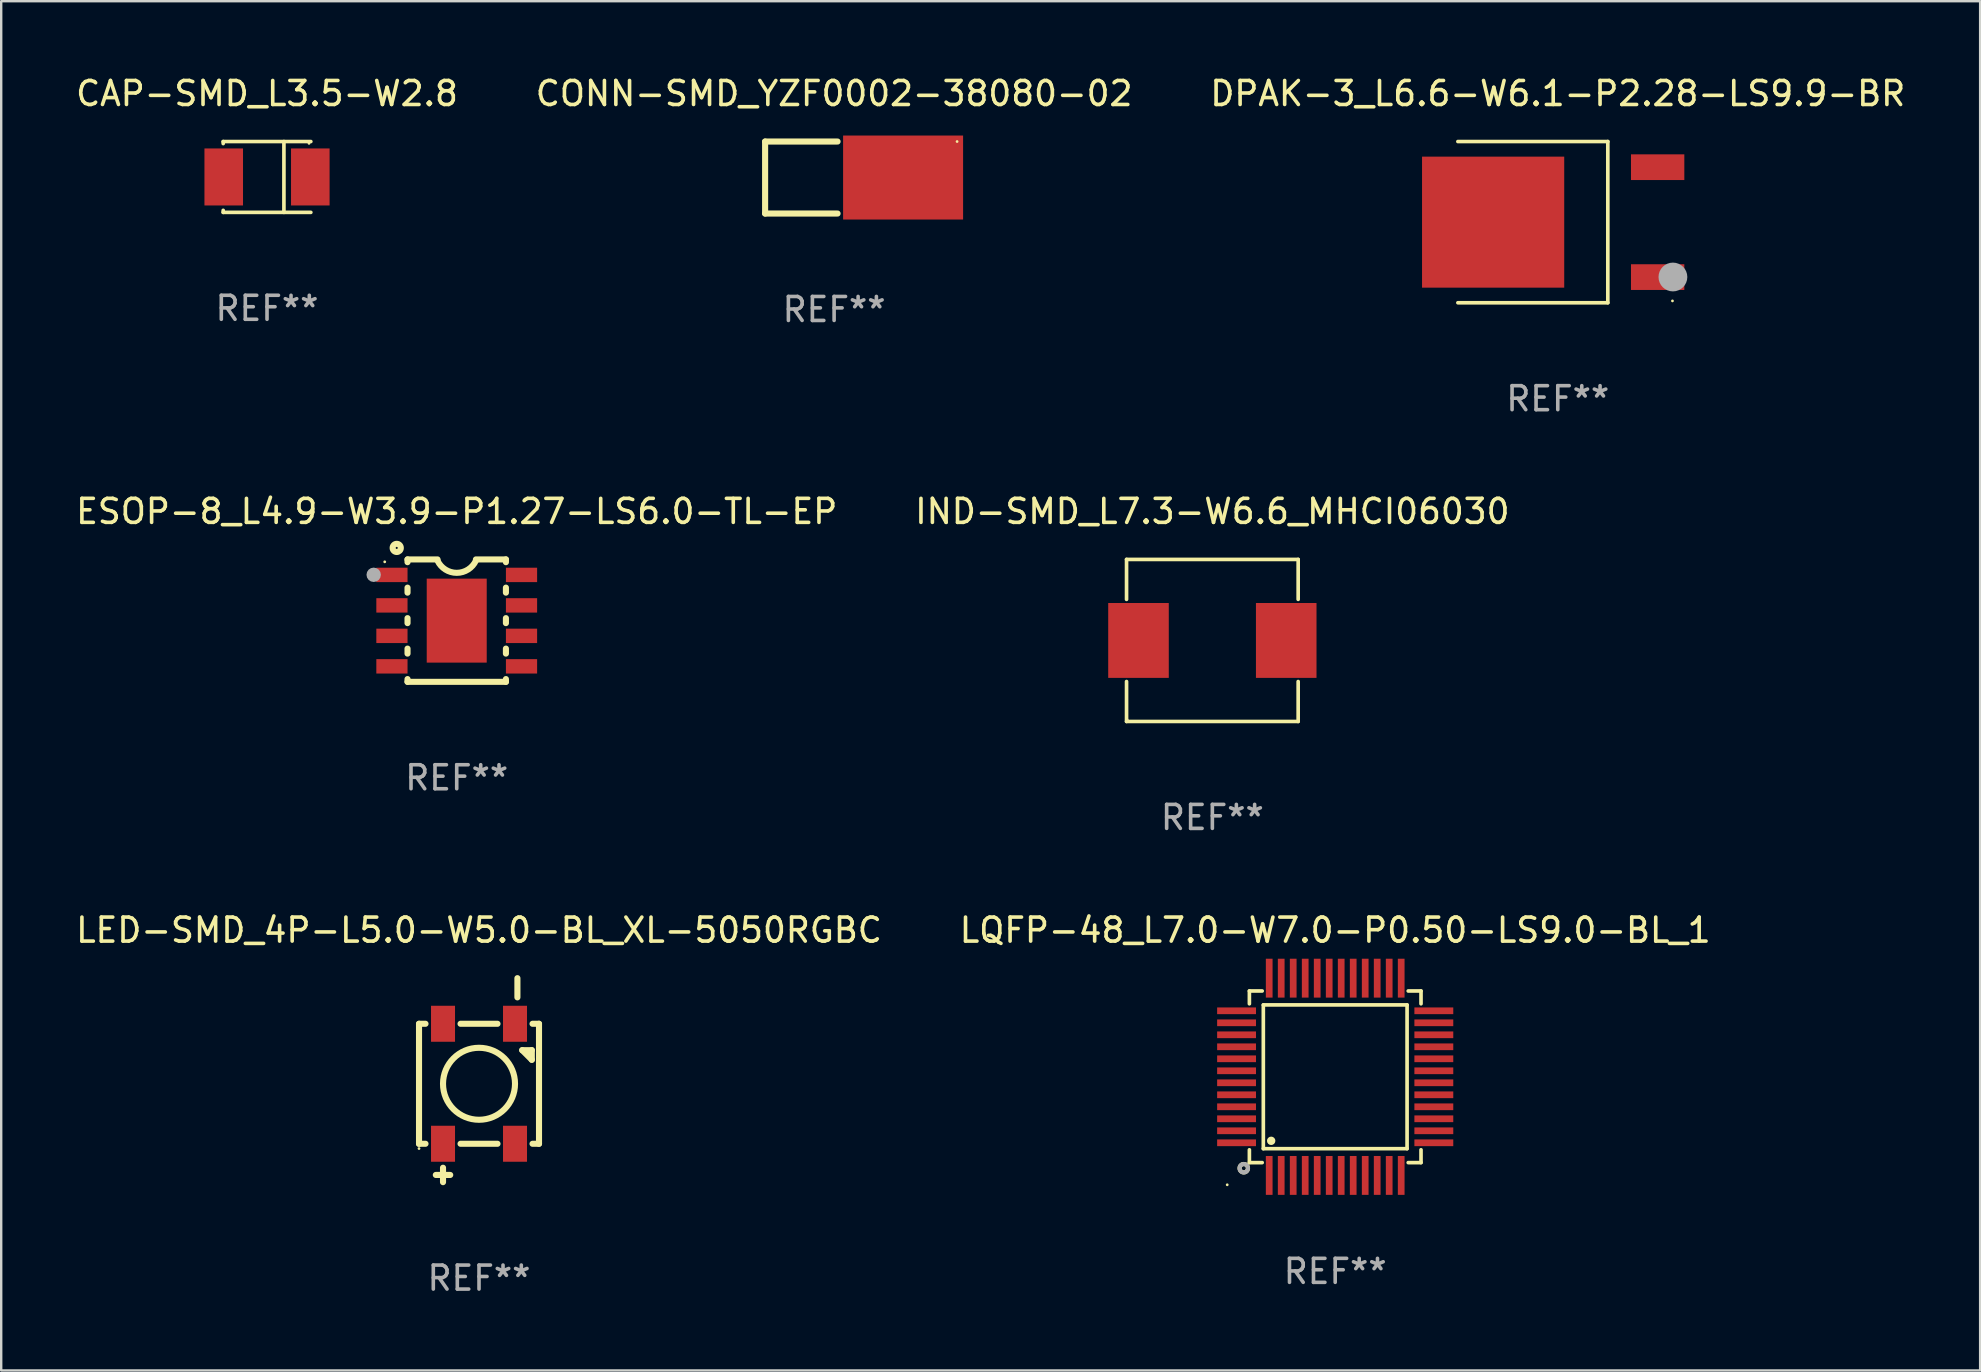
<source format=kicad_pcb>
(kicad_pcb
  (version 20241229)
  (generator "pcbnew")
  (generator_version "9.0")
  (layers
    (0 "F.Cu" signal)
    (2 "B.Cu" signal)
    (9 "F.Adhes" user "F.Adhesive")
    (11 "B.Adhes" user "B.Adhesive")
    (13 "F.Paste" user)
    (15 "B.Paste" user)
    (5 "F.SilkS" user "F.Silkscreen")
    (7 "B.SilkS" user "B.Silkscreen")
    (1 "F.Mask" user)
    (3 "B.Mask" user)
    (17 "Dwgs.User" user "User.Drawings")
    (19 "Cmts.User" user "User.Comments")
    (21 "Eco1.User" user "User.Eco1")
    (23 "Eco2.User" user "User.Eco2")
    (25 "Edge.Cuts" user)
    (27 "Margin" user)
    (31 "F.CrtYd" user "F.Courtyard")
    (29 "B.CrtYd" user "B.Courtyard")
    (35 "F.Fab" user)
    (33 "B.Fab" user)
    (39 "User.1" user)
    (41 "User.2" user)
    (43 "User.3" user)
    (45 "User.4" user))
  (footprint "ESOP-8_L4.9-W3.9-P1.27-LS6.0-TL-EP"
    (layer "F.Cu")
    (at 15.982 22.812)
    (property "Reference" "ESOP-8_L4.9-W3.9-P1.27-LS6.0-TL-EP" (at 0 -4.55 0) (layer "F.SilkS") (effects (font (size 1 1) (thickness 0.15))))
    (attr smd)
    (fp_line (start -2.05 -2.55) (end -2.05 -2.436) (stroke (width 0.254) (type solid)) (layer "F.SilkS"))
    (fp_line (start -2.05 -1.374) (end -2.05 -1.166) (stroke (width 0.254) (type solid)) (layer "F.SilkS"))
    (fp_line (start -2.05 -0.104) (end -2.05 0.104) (stroke (width 0.254) (type solid)) (layer "F.SilkS"))
    (fp_line (start -2.05 1.166) (end -2.05 1.374) (stroke (width 0.254) (type solid)) (layer "F.SilkS"))
    (fp_line (start -2.05 2.436) (end -2.05 2.55) (stroke (width 0.254) (type solid)) (layer "F.SilkS"))
    (fp_line (start -0.8 -2.55) (end -2.05 -2.55) (stroke (width 0.254) (type solid)) (layer "F.SilkS"))
    (fp_line (start 0.8 -2.55) (end 2.05 -2.55) (stroke (width 0.254) (type solid)) (layer "F.SilkS"))
    (fp_line (start 2.05 -2.55) (end 2.05 -2.436) (stroke (width 0.254) (type solid)) (layer "F.SilkS"))
    (fp_line (start 2.05 -1.374) (end 2.05 -1.166) (stroke (width 0.254) (type solid)) (layer "F.SilkS"))
    (fp_line (start 2.05 -0.104) (end 2.05 0.104) (stroke (width 0.254) (type solid)) (layer "F.SilkS"))
    (fp_line (start 2.05 1.166) (end 2.05 1.374) (stroke (width 0.254) (type solid)) (layer "F.SilkS"))
    (fp_line (start 2.05 2.436) (end 2.05 2.55) (stroke (width 0.254) (type solid)) (layer "F.SilkS"))
    (fp_line (start 2.05 2.55) (end -2.05 2.55) (stroke (width 0.254) (type solid)) (layer "F.SilkS"))
    (fp_arc (start 0.800102 -2.5) (mid 0 -1.991544) (end -0.800102 -2.5) (stroke (width 0.254001) (type solid)) (layer "F.SilkS"))
    (fp_circle (center -3 -2.45) (end -2.97 -2.45) (stroke (width 0.06) (type solid)) (fill no) (layer "F.SilkS"))
    (fp_circle (center -2.5 -3.03) (end -2.33 -3.03) (stroke (width 0.254) (type solid)) (fill no) (layer "F.SilkS"))
    (fp_circle (center -3.46 -1.91) (end -3.31 -1.91) (stroke (width 0.3) (type solid)) (fill no) (layer "F.Fab"))
    (fp_text user "REF**" (at 0 6.55 0) (layer "F.Fab") (effects (font (size 1 1) (thickness 0.15))))
    (pad "1" smd rect (at -2.7 -1.905) (size 1.3 0.6) (layers "F.Cu" "F.Mask" "F.Paste"))
    (pad "2" smd rect (at -2.7 -0.635) (size 1.3 0.6) (layers "F.Cu" "F.Mask" "F.Paste"))
    (pad "3" smd rect (at -2.7 0.635) (size 1.3 0.6) (layers "F.Cu" "F.Mask" "F.Paste"))
    (pad "4" smd rect (at -2.7 1.905) (size 1.3 0.6) (layers "F.Cu" "F.Mask" "F.Paste"))
    (pad "5" smd rect (at 2.7 1.905) (size 1.3 0.6) (layers "F.Cu" "F.Mask" "F.Paste"))
    (pad "6" smd rect (at 2.7 0.635) (size 1.3 0.6) (layers "F.Cu" "F.Mask" "F.Paste"))
    (pad "7" smd rect (at 2.7 -0.635) (size 1.3 0.6) (layers "F.Cu" "F.Mask" "F.Paste"))
    (pad "8" smd rect (at 2.7 -1.905) (size 1.3 0.6) (layers "F.Cu" "F.Mask" "F.Paste"))
    (pad "9" smd rect (at 0.000127 0) (size 2.5 3.5) (layers "F.Cu" "F.Mask" "F.Paste")))
  (footprint "CAP-SMD_L3.5-W2.8"
    (layer "F.Cu")
    (at 8.077 4.324)
    (property "Reference" "CAP-SMD_L3.5-W2.8" (at 0 -3.476 0) (layer "F.SilkS") (effects (font (size 1 1) (thickness 0.15))))
    (attr smd)
    (fp_line (start -1.826 -1.476) (end -1.826 -1.391) (stroke (width 0.152) (type solid)) (layer "F.SilkS"))
    (fp_line (start -1.826 -1.476) (end 1.826 -1.476) (stroke (width 0.152) (type solid)) (layer "F.SilkS"))
    (fp_line (start -1.826 1.476) (end -1.826 1.391) (stroke (width 0.152) (type solid)) (layer "F.SilkS"))
    (fp_line (start -1.826 1.476) (end 1.826 1.476) (stroke (width 0.152) (type solid)) (layer "F.SilkS"))
    (fp_line (start 0.704 -1.476) (end 0.704 1.476) (stroke (width 0.152) (type solid)) (layer "F.SilkS"))
    (fp_circle (center 1.75 -1.4) (end 1.78 -1.4) (stroke (width 0.06) (type solid)) (fill no) (layer "F.SilkS"))
    (fp_text user "REF**" (at 0 5.476 0) (layer "F.Fab") (effects (font (size 1 1) (thickness 0.15))))
    (pad "1" smd rect (at 1.804 0) (size 1.607 2.376) (layers "F.Cu" "F.Mask" "F.Paste"))
    (pad "2" smd rect (at -1.804 0) (size 1.607 2.376) (layers "F.Cu" "F.Mask" "F.Paste")))
  (footprint "LQFP-48_L7.0-W7.0-P0.50-LS9.0-BL_1"
    (layer "F.Cu")
    (at 52.589 41.821)
    (property "Reference" "LQFP-48_L7.0-W7.0-P0.50-LS9.0-BL_1" (at 0 -6.11 0) (layer "F.SilkS") (effects (font (size 1 1) (thickness 0.15))))
    (attr smd)
    (fp_line (start -3.576 -3.576) (end -3.576 -3.042) (stroke (width 0.152) (type solid)) (layer "F.SilkS"))
    (fp_line (start -3.576 3.576) (end -3.576 3.042) (stroke (width 0.152) (type solid)) (layer "F.SilkS"))
    (fp_line (start -3.042 -3.576) (end -3.576 -3.576) (stroke (width 0.152) (type solid)) (layer "F.SilkS"))
    (fp_line (start -3.042 3.576) (end -3.576 3.576) (stroke (width 0.152) (type solid)) (layer "F.SilkS"))
    (fp_line (start -2.995 -2.995) (end 2.995 -2.995) (stroke (width 0.152) (type solid)) (layer "F.SilkS"))
    (fp_line (start -2.995 2.995) (end -2.995 -2.995) (stroke (width 0.152) (type solid)) (layer "F.SilkS"))
    (fp_line (start 2.995 -2.995) (end 2.995 2.995) (stroke (width 0.152) (type solid)) (layer "F.SilkS"))
    (fp_line (start 2.995 2.995) (end -2.995 2.995) (stroke (width 0.152) (type solid)) (layer "F.SilkS"))
    (fp_line (start 3.042 -3.576) (end 3.576 -3.576) (stroke (width 0.152) (type solid)) (layer "F.SilkS"))
    (fp_line (start 3.042 3.576) (end 3.576 3.576) (stroke (width 0.152) (type solid)) (layer "F.SilkS"))
    (fp_line (start 3.576 -3.576) (end 3.576 -3.042) (stroke (width 0.152) (type solid)) (layer "F.SilkS"))
    (fp_line (start 3.576 3.576) (end 3.576 3.042) (stroke (width 0.152) (type solid)) (layer "F.SilkS"))
    (fp_circle (center -4.5 4.5) (end -4.47 4.5) (stroke (width 0.06) (type solid)) (fill no) (layer "F.SilkS"))
    (fp_circle (center -3.81 3.81) (end -3.723 3.81) (stroke (width 0.175) (type solid)) (fill no) (layer "F.SilkS"))
    (fp_circle (center -2.668 2.668) (end -2.58 2.668) (stroke (width 0.175) (type solid)) (fill no) (layer "F.SilkS"))
    (fp_circle (center -3.81 3.81) (end -3.723 3.81) (stroke (width 0.175) (type solid)) (fill no) (layer "F.Fab"))
    (fp_text user "REF**" (at 0 8.11 0) (layer "F.Fab") (effects (font (size 1 1) (thickness 0.15))))
    (pad "1" smd rect (at -2.75 4.11) (size 0.28 1.62) (layers "F.Cu" "F.Mask" "F.Paste"))
    (pad "2" smd rect (at -2.25 4.11) (size 0.28 1.62) (layers "F.Cu" "F.Mask" "F.Paste"))
    (pad "3" smd rect (at -1.75 4.11) (size 0.28 1.62) (layers "F.Cu" "F.Mask" "F.Paste"))
    (pad "4" smd rect (at -1.25 4.11) (size 0.28 1.62) (layers "F.Cu" "F.Mask" "F.Paste"))
    (pad "5" smd rect (at -0.75 4.11) (size 0.28 1.62) (layers "F.Cu" "F.Mask" "F.Paste"))
    (pad "6" smd rect (at -0.25 4.11) (size 0.28 1.62) (layers "F.Cu" "F.Mask" "F.Paste"))
    (pad "7" smd rect (at 0.25 4.11) (size 0.28 1.62) (layers "F.Cu" "F.Mask" "F.Paste"))
    (pad "8" smd rect (at 0.75 4.11) (size 0.28 1.62) (layers "F.Cu" "F.Mask" "F.Paste"))
    (pad "9" smd rect (at 1.25 4.11) (size 0.28 1.62) (layers "F.Cu" "F.Mask" "F.Paste"))
    (pad "10" smd rect (at 1.75 4.11) (size 0.28 1.62) (layers "F.Cu" "F.Mask" "F.Paste"))
    (pad "11" smd rect (at 2.25 4.11) (size 0.28 1.62) (layers "F.Cu" "F.Mask" "F.Paste"))
    (pad "12" smd rect (at 2.75 4.11) (size 0.28 1.62) (layers "F.Cu" "F.Mask" "F.Paste"))
    (pad "13" smd rect (at 4.11 2.75) (size 1.62 0.28) (layers "F.Cu" "F.Mask" "F.Paste"))
    (pad "14" smd rect (at 4.11 2.25) (size 1.62 0.28) (layers "F.Cu" "F.Mask" "F.Paste"))
    (pad "15" smd rect (at 4.11 1.75) (size 1.62 0.28) (layers "F.Cu" "F.Mask" "F.Paste"))
    (pad "16" smd rect (at 4.11 1.25) (size 1.62 0.28) (layers "F.Cu" "F.Mask" "F.Paste"))
    (pad "17" smd rect (at 4.11 0.75) (size 1.62 0.28) (layers "F.Cu" "F.Mask" "F.Paste"))
    (pad "18" smd rect (at 4.11 0.25) (size 1.62 0.28) (layers "F.Cu" "F.Mask" "F.Paste"))
    (pad "19" smd rect (at 4.11 -0.25) (size 1.62 0.28) (layers "F.Cu" "F.Mask" "F.Paste"))
    (pad "20" smd rect (at 4.11 -0.75) (size 1.62 0.28) (layers "F.Cu" "F.Mask" "F.Paste"))
    (pad "21" smd rect (at 4.11 -1.25) (size 1.62 0.28) (layers "F.Cu" "F.Mask" "F.Paste"))
    (pad "22" smd rect (at 4.11 -1.75) (size 1.62 0.28) (layers "F.Cu" "F.Mask" "F.Paste"))
    (pad "23" smd rect (at 4.11 -2.25) (size 1.62 0.28) (layers "F.Cu" "F.Mask" "F.Paste"))
    (pad "24" smd rect (at 4.11 -2.75) (size 1.62 0.28) (layers "F.Cu" "F.Mask" "F.Paste"))
    (pad "25" smd rect (at 2.75 -4.11) (size 0.28 1.62) (layers "F.Cu" "F.Mask" "F.Paste"))
    (pad "26" smd rect (at 2.25 -4.11) (size 0.28 1.62) (layers "F.Cu" "F.Mask" "F.Paste"))
    (pad "27" smd rect (at 1.75 -4.11) (size 0.28 1.62) (layers "F.Cu" "F.Mask" "F.Paste"))
    (pad "28" smd rect (at 1.25 -4.11) (size 0.28 1.62) (layers "F.Cu" "F.Mask" "F.Paste"))
    (pad "29" smd rect (at 0.75 -4.11) (size 0.28 1.62) (layers "F.Cu" "F.Mask" "F.Paste"))
    (pad "30" smd rect (at 0.25 -4.11) (size 0.28 1.62) (layers "F.Cu" "F.Mask" "F.Paste"))
    (pad "31" smd rect (at -0.25 -4.11) (size 0.28 1.62) (layers "F.Cu" "F.Mask" "F.Paste"))
    (pad "32" smd rect (at -0.75 -4.11) (size 0.28 1.62) (layers "F.Cu" "F.Mask" "F.Paste"))
    (pad "33" smd rect (at -1.25 -4.11) (size 0.28 1.62) (layers "F.Cu" "F.Mask" "F.Paste"))
    (pad "34" smd rect (at -1.75 -4.11) (size 0.28 1.62) (layers "F.Cu" "F.Mask" "F.Paste"))
    (pad "35" smd rect (at -2.25 -4.11) (size 0.28 1.62) (layers "F.Cu" "F.Mask" "F.Paste"))
    (pad "36" smd rect (at -2.75 -4.11) (size 0.28 1.62) (layers "F.Cu" "F.Mask" "F.Paste"))
    (pad "37" smd rect (at -4.11 -2.75) (size 1.62 0.28) (layers "F.Cu" "F.Mask" "F.Paste"))
    (pad "38" smd rect (at -4.11 -2.25) (size 1.62 0.28) (layers "F.Cu" "F.Mask" "F.Paste"))
    (pad "39" smd rect (at -4.11 -1.75) (size 1.62 0.28) (layers "F.Cu" "F.Mask" "F.Paste"))
    (pad "40" smd rect (at -4.11 -1.25) (size 1.62 0.28) (layers "F.Cu" "F.Mask" "F.Paste"))
    (pad "41" smd rect (at -4.11 -0.75) (size 1.62 0.28) (layers "F.Cu" "F.Mask" "F.Paste"))
    (pad "42" smd rect (at -4.11 -0.25) (size 1.62 0.28) (layers "F.Cu" "F.Mask" "F.Paste"))
    (pad "43" smd rect (at -4.11 0.25) (size 1.62 0.28) (layers "F.Cu" "F.Mask" "F.Paste"))
    (pad "44" smd rect (at -4.11 0.75) (size 1.62 0.28) (layers "F.Cu" "F.Mask" "F.Paste"))
    (pad "45" smd rect (at -4.11 1.25) (size 1.62 0.28) (layers "F.Cu" "F.Mask" "F.Paste"))
    (pad "46" smd rect (at -4.11 1.75) (size 1.62 0.28) (layers "F.Cu" "F.Mask" "F.Paste"))
    (pad "47" smd rect (at -4.11 2.25) (size 1.62 0.28) (layers "F.Cu" "F.Mask" "F.Paste"))
    (pad "48" smd rect (at -4.11 2.75) (size 1.62 0.28) (layers "F.Cu" "F.Mask" "F.Paste")))
  (footprint "CONN-SMD_YZF0002-38080-02"
    (layer "F.Cu")
    (at 34.583 4.348)
    (property "Reference" "CONN-SMD_YZF0002-38080-02" (at -2.875 -3.5 0) (layer "F.SilkS") (effects (font (size 1 1) (thickness 0.15))))
    (attr smd)
    (fp_line (start -5.75 -1.5) (end -5.75 1.5) (stroke (width 0.254) (type solid)) (layer "F.SilkS"))
    (fp_line (start -5.75 1.5) (end -2.731 1.5) (stroke (width 0.254) (type solid)) (layer "F.SilkS"))
    (fp_line (start -2.731 -1.5) (end -5.75 -1.5) (stroke (width 0.254) (type solid)) (layer "F.SilkS"))
    (fp_circle (center 2.25 -1.5) (end 2.28 -1.5) (stroke (width 0.06) (type solid)) (fill no) (layer "F.SilkS"))
    (fp_text user "REF**" (at -2.875 5.5 0) (layer "F.Fab") (effects (font (size 1 1) (thickness 0.15))))
    (pad "1" smd rect (at 0 0) (size 5 3.5) (layers "F.Cu" "F.Mask" "F.Paste")))
  (footprint "IND-SMD_L7.3-W6.6_MHCI06030"
    (layer "F.Cu")
    (at 47.47 23.638)
    (property "Reference" "IND-SMD_L7.3-W6.6_MHCI06030" (at 0 -5.376 0) (layer "F.SilkS") (effects (font (size 1 1) (thickness 0.15))))
    (attr smd)
    (fp_line (start -3.576 -3.376) (end 3.576 -3.376) (stroke (width 0.152) (type solid)) (layer "F.SilkS"))
    (fp_line (start -3.576 -1.712) (end -3.576 -3.376) (stroke (width 0.152) (type solid)) (layer "F.SilkS"))
    (fp_line (start -3.576 1.712) (end -3.576 3.376) (stroke (width 0.152) (type solid)) (layer "F.SilkS"))
    (fp_line (start -3.576 3.376) (end 3.576 3.376) (stroke (width 0.152) (type solid)) (layer "F.SilkS"))
    (fp_line (start 3.576 -3.376) (end 3.576 -1.712) (stroke (width 0.152) (type solid)) (layer "F.SilkS"))
    (fp_line (start 3.576 3.376) (end 3.576 1.712) (stroke (width 0.152) (type solid)) (layer "F.SilkS"))
    (fp_circle (center -3.552 3.307) (end -3.522 3.307) (stroke (width 0.06) (type solid)) (fill no) (layer "F.SilkS"))
    (fp_text user "REF**" (at 0 7.376 0) (layer "F.Fab") (effects (font (size 1 1) (thickness 0.15))))
    (pad "1" smd rect (at -3.078 0) (size 2.524 3.12) (layers "F.Cu" "F.Mask" "F.Paste"))
    (pad "2" smd rect (at 3.078 0) (size 2.524 3.12) (layers "F.Cu" "F.Mask" "F.Paste")))
  (footprint "LED-SMD_4P-L5.0-W5.0-BL_XL-5050RGBC"
    (layer "F.Cu")
    (at 16.911 42.111)
    (property "Reference" "LED-SMD_4P-L5.0-W5.0-BL_XL-5050RGBC" (at 0.000127 -6.4 0) (layer "F.SilkS") (effects (font (size 1 1) (thickness 0.15))))
    (attr smd)
    (fp_line (start -2.5 -2.499) (end -2.23 -2.499) (stroke (width 0.254) (type solid)) (layer "F.SilkS"))
    (fp_line (start -2.5 2.501) (end -2.5 -2.499) (stroke (width 0.254) (type solid)) (layer "F.SilkS"))
    (fp_line (start -2.5 2.501) (end -2.23 2.501) (stroke (width 0.254) (type solid)) (layer "F.SilkS"))
    (fp_line (start -1.8 3.8) (end -1.2 3.8) (stroke (width 0.254) (type solid)) (layer "F.SilkS"))
    (fp_line (start -1.5 4.1) (end -1.5 3.5) (stroke (width 0.254) (type solid)) (layer "F.SilkS"))
    (fp_line (start -0.77 -2.499) (end 0.77 -2.499) (stroke (width 0.254) (type solid)) (layer "F.SilkS"))
    (fp_line (start -0.77 2.501) (end 0.77 2.501) (stroke (width 0.254) (type solid)) (layer "F.SilkS"))
    (fp_line (start 1.6 -4.4) (end 1.6 -3.6) (stroke (width 0.254) (type solid)) (layer "F.SilkS"))
    (fp_line (start 1.8 -1.399) (end 2.2 -1.399) (stroke (width 0.254) (type solid)) (layer "F.SilkS"))
    (fp_line (start 2.2 -0.999) (end 1.8 -1.399) (stroke (width 0.254) (type solid)) (layer "F.SilkS"))
    (fp_line (start 2.2 -1.399) (end 2.2 -0.999) (stroke (width 0.254) (type solid)) (layer "F.SilkS"))
    (fp_line (start 2.23 -2.499) (end 2.5 -2.499) (stroke (width 0.254) (type solid)) (layer "F.SilkS"))
    (fp_line (start 2.23 2.501) (end 2.5 2.501) (stroke (width 0.254) (type solid)) (layer "F.SilkS"))
    (fp_line (start 2.5 2.501) (end 2.5 -2.499) (stroke (width 0.254) (type solid)) (layer "F.SilkS"))
    (fp_circle (center -2.5 2.7) (end -2.47 2.7) (stroke (width 0.06) (type solid)) (fill no) (layer "F.SilkS"))
    (fp_circle (center 0 0.001) (end 1.5 0.001) (stroke (width 0.254) (type solid)) (fill no) (layer "F.SilkS"))
    (fp_text user "REF**" (at 0.000127 8.1 0) (layer "F.Fab") (effects (font (size 1 1) (thickness 0.15))))
    (pad "1" smd rect (at -1.5 2.5 90) (size 1.5 1) (layers "F.Cu" "F.Mask" "F.Paste"))
    (pad "2" smd rect (at 1.5 2.5 90) (size 1.5 1) (layers "F.Cu" "F.Mask" "F.Paste"))
    (pad "3" smd rect (at 1.5 -2.5 90) (size 1.5 1) (layers "F.Cu" "F.Mask" "F.Paste"))
    (pad "4" smd rect (at -1.5 -2.5 90) (size 1.5 1) (layers "F.Cu" "F.Mask" "F.Paste")))
  (footprint "DPAK-3_L6.6-W6.1-P2.28-LS9.9-BR"
    (layer "F.Cu")
    (at 62.598 6.207)
    (property "Reference" "DPAK-3_L6.6-W6.1-P2.28-LS9.9-BR" (at -0.734 -5.359 0) (layer "F.SilkS") (effects (font (size 1 1) (thickness 0.15))))
    (attr smd)
    (fp_line (start -4.897 -3.359) (end 1.351 -3.359) (stroke (width 0.152) (type solid)) (layer "F.SilkS"))
    (fp_line (start -4.897 3.359) (end 1.351 3.359) (stroke (width 0.152) (type solid)) (layer "F.SilkS"))
    (fp_line (start 1.351 3.359) (end 1.351 -3.359) (stroke (width 0.152) (type solid)) (layer "F.SilkS"))
    (fp_circle (center 4.045 3.282) (end 4.075 3.282) (stroke (width 0.06) (type solid)) (fill no) (layer "F.SilkS"))
    (fp_circle (center 4.064 2.286) (end 4.364 2.286) (stroke (width 0.6) (type solid)) (fill no) (layer "F.Fab"))
    (fp_text user "REF**" (at -0.734 7.359 0) (layer "F.Fab") (effects (font (size 1 1) (thickness 0.15))))
    (pad "1" smd rect (at 3.428 2.29) (size 2.223 1.071) (layers "F.Cu" "F.Mask" "F.Paste"))
    (pad "2" smd rect (at -3.428 0) (size 5.925 5.46) (layers "F.Cu" "F.Mask" "F.Paste"))
    (pad "3" smd rect (at 3.428 -2.29) (size 2.223 1.071) (layers "F.Cu" "F.Mask" "F.Paste")))
  (gr_rect
    (start -3 -3)
    (end 79.464 54.059)
    (stroke (width 0.1) (type default))
    (fill no)
    (layer "Edge.Cuts")))
</source>
